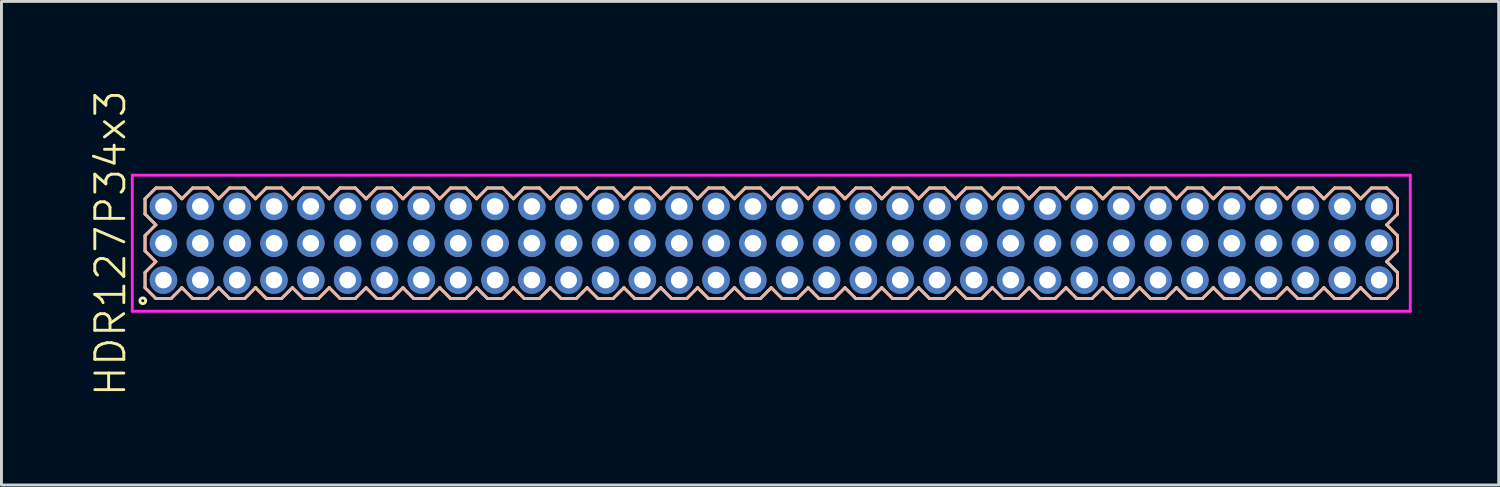
<source format=kicad_pcb>
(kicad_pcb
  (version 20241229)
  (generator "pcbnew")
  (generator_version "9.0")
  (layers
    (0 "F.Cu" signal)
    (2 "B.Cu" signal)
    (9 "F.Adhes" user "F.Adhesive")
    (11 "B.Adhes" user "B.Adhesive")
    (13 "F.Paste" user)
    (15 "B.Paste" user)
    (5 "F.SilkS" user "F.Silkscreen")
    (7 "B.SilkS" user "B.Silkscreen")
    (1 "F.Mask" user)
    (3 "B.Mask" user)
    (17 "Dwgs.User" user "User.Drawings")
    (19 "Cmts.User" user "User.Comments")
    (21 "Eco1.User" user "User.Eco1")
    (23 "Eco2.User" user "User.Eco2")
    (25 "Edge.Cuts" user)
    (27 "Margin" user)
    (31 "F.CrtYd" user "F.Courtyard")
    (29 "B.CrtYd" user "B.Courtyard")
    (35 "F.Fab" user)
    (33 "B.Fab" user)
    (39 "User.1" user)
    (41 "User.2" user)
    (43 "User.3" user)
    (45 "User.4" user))
  (footprint "HDR127P34x3"
    (layer "F.Cu")
    (at 23.541 5.336)
    (property "Reference" "HDR127P34x3" (at -22.78 0 90) (layer "F.SilkS") (effects (font (size 1 1) (thickness 0.1))))
    (attr through_hole)
    (fp_line (start -21.59 -1.533) (end -21.218 -1.905) (stroke (width 0.1) (type solid)) (layer "F.SilkS"))
    (fp_line (start -21.59 -1.007) (end -21.59 -1.533) (stroke (width 0.1) (type solid)) (layer "F.SilkS"))
    (fp_line (start -21.59 -0.263) (end -21.218 -0.635) (stroke (width 0.1) (type solid)) (layer "F.SilkS"))
    (fp_line (start -21.59 0.263) (end -21.59 -0.263) (stroke (width 0.1) (type solid)) (layer "F.SilkS"))
    (fp_line (start -21.59 1.007) (end -21.218 0.635) (stroke (width 0.1) (type solid)) (layer "F.SilkS"))
    (fp_line (start -21.59 1.533) (end -21.59 1.007) (stroke (width 0.1) (type solid)) (layer "F.SilkS"))
    (fp_line (start -21.218 -1.905) (end -20.692 -1.905) (stroke (width 0.1) (type solid)) (layer "F.SilkS"))
    (fp_line (start -21.218 -0.635) (end -21.59 -1.007) (stroke (width 0.1) (type solid)) (layer "F.SilkS"))
    (fp_line (start -21.218 0.635) (end -21.59 0.263) (stroke (width 0.1) (type solid)) (layer "F.SilkS"))
    (fp_line (start -21.218 1.905) (end -21.59 1.533) (stroke (width 0.1) (type solid)) (layer "F.SilkS"))
    (fp_line (start -20.692 -1.905) (end -20.32 -1.533) (stroke (width 0.1) (type solid)) (layer "F.SilkS"))
    (fp_line (start -20.692 1.905) (end -21.218 1.905) (stroke (width 0.1) (type solid)) (layer "F.SilkS"))
    (fp_line (start -20.32 -1.533) (end -19.948 -1.905) (stroke (width 0.1) (type solid)) (layer "F.SilkS"))
    (fp_line (start -20.32 1.533) (end -20.692 1.905) (stroke (width 0.1) (type solid)) (layer "F.SilkS"))
    (fp_line (start -19.948 -1.905) (end -19.422 -1.905) (stroke (width 0.1) (type solid)) (layer "F.SilkS"))
    (fp_line (start -19.948 1.905) (end -20.32 1.533) (stroke (width 0.1) (type solid)) (layer "F.SilkS"))
    (fp_line (start -19.422 -1.905) (end -19.05 -1.533) (stroke (width 0.1) (type solid)) (layer "F.SilkS"))
    (fp_line (start -19.422 1.905) (end -19.948 1.905) (stroke (width 0.1) (type solid)) (layer "F.SilkS"))
    (fp_line (start -19.05 -1.533) (end -18.678 -1.905) (stroke (width 0.1) (type solid)) (layer "F.SilkS"))
    (fp_line (start -19.05 1.533) (end -19.422 1.905) (stroke (width 0.1) (type solid)) (layer "F.SilkS"))
    (fp_line (start -18.678 -1.905) (end -18.152 -1.905) (stroke (width 0.1) (type solid)) (layer "F.SilkS"))
    (fp_line (start -18.678 1.905) (end -19.05 1.533) (stroke (width 0.1) (type solid)) (layer "F.SilkS"))
    (fp_line (start -18.152 -1.905) (end -17.78 -1.533) (stroke (width 0.1) (type solid)) (layer "F.SilkS"))
    (fp_line (start -18.152 1.905) (end -18.678 1.905) (stroke (width 0.1) (type solid)) (layer "F.SilkS"))
    (fp_line (start -17.78 -1.533) (end -17.408 -1.905) (stroke (width 0.1) (type solid)) (layer "F.SilkS"))
    (fp_line (start -17.78 1.533) (end -18.152 1.905) (stroke (width 0.1) (type solid)) (layer "F.SilkS"))
    (fp_line (start -17.408 -1.905) (end -16.882 -1.905) (stroke (width 0.1) (type solid)) (layer "F.SilkS"))
    (fp_line (start -17.408 1.905) (end -17.78 1.533) (stroke (width 0.1) (type solid)) (layer "F.SilkS"))
    (fp_line (start -16.882 -1.905) (end -16.51 -1.533) (stroke (width 0.1) (type solid)) (layer "F.SilkS"))
    (fp_line (start -16.882 1.905) (end -17.408 1.905) (stroke (width 0.1) (type solid)) (layer "F.SilkS"))
    (fp_line (start -16.51 -1.533) (end -16.138 -1.905) (stroke (width 0.1) (type solid)) (layer "F.SilkS"))
    (fp_line (start -16.51 1.533) (end -16.882 1.905) (stroke (width 0.1) (type solid)) (layer "F.SilkS"))
    (fp_line (start -16.138 -1.905) (end -15.612 -1.905) (stroke (width 0.1) (type solid)) (layer "F.SilkS"))
    (fp_line (start -16.138 1.905) (end -16.51 1.533) (stroke (width 0.1) (type solid)) (layer "F.SilkS"))
    (fp_line (start -15.612 -1.905) (end -15.24 -1.533) (stroke (width 0.1) (type solid)) (layer "F.SilkS"))
    (fp_line (start -15.612 1.905) (end -16.138 1.905) (stroke (width 0.1) (type solid)) (layer "F.SilkS"))
    (fp_line (start -15.24 -1.533) (end -14.868 -1.905) (stroke (width 0.1) (type solid)) (layer "F.SilkS"))
    (fp_line (start -15.24 1.533) (end -15.612 1.905) (stroke (width 0.1) (type solid)) (layer "F.SilkS"))
    (fp_line (start -14.868 -1.905) (end -14.342 -1.905) (stroke (width 0.1) (type solid)) (layer "F.SilkS"))
    (fp_line (start -14.868 1.905) (end -15.24 1.533) (stroke (width 0.1) (type solid)) (layer "F.SilkS"))
    (fp_line (start -14.342 -1.905) (end -13.97 -1.533) (stroke (width 0.1) (type solid)) (layer "F.SilkS"))
    (fp_line (start -14.342 1.905) (end -14.868 1.905) (stroke (width 0.1) (type solid)) (layer "F.SilkS"))
    (fp_line (start -13.97 -1.533) (end -13.598 -1.905) (stroke (width 0.1) (type solid)) (layer "F.SilkS"))
    (fp_line (start -13.97 1.533) (end -14.342 1.905) (stroke (width 0.1) (type solid)) (layer "F.SilkS"))
    (fp_line (start -13.598 -1.905) (end -13.072 -1.905) (stroke (width 0.1) (type solid)) (layer "F.SilkS"))
    (fp_line (start -13.598 1.905) (end -13.97 1.533) (stroke (width 0.1) (type solid)) (layer "F.SilkS"))
    (fp_line (start -13.072 -1.905) (end -12.7 -1.533) (stroke (width 0.1) (type solid)) (layer "F.SilkS"))
    (fp_line (start -13.072 1.905) (end -13.598 1.905) (stroke (width 0.1) (type solid)) (layer "F.SilkS"))
    (fp_line (start -12.7 -1.533) (end -12.328 -1.905) (stroke (width 0.1) (type solid)) (layer "F.SilkS"))
    (fp_line (start -12.7 1.533) (end -13.072 1.905) (stroke (width 0.1) (type solid)) (layer "F.SilkS"))
    (fp_line (start -12.328 -1.905) (end -11.802 -1.905) (stroke (width 0.1) (type solid)) (layer "F.SilkS"))
    (fp_line (start -12.328 1.905) (end -12.7 1.533) (stroke (width 0.1) (type solid)) (layer "F.SilkS"))
    (fp_line (start -11.802 -1.905) (end -11.43 -1.533) (stroke (width 0.1) (type solid)) (layer "F.SilkS"))
    (fp_line (start -11.802 1.905) (end -12.328 1.905) (stroke (width 0.1) (type solid)) (layer "F.SilkS"))
    (fp_line (start -11.43 -1.533) (end -11.058 -1.905) (stroke (width 0.1) (type solid)) (layer "F.SilkS"))
    (fp_line (start -11.43 1.533) (end -11.802 1.905) (stroke (width 0.1) (type solid)) (layer "F.SilkS"))
    (fp_line (start -11.058 -1.905) (end -10.532 -1.905) (stroke (width 0.1) (type solid)) (layer "F.SilkS"))
    (fp_line (start -11.058 1.905) (end -11.43 1.533) (stroke (width 0.1) (type solid)) (layer "F.SilkS"))
    (fp_line (start -10.532 -1.905) (end -10.16 -1.533) (stroke (width 0.1) (type solid)) (layer "F.SilkS"))
    (fp_line (start -10.532 1.905) (end -11.058 1.905) (stroke (width 0.1) (type solid)) (layer "F.SilkS"))
    (fp_line (start -10.16 -1.533) (end -9.788 -1.905) (stroke (width 0.1) (type solid)) (layer "F.SilkS"))
    (fp_line (start -10.16 1.533) (end -10.532 1.905) (stroke (width 0.1) (type solid)) (layer "F.SilkS"))
    (fp_line (start -9.788 -1.905) (end -9.262 -1.905) (stroke (width 0.1) (type solid)) (layer "F.SilkS"))
    (fp_line (start -9.788 1.905) (end -10.16 1.533) (stroke (width 0.1) (type solid)) (layer "F.SilkS"))
    (fp_line (start -9.262 -1.905) (end -8.89 -1.533) (stroke (width 0.1) (type solid)) (layer "F.SilkS"))
    (fp_line (start -9.262 1.905) (end -9.788 1.905) (stroke (width 0.1) (type solid)) (layer "F.SilkS"))
    (fp_line (start -8.89 -1.533) (end -8.518 -1.905) (stroke (width 0.1) (type solid)) (layer "F.SilkS"))
    (fp_line (start -8.89 1.533) (end -9.262 1.905) (stroke (width 0.1) (type solid)) (layer "F.SilkS"))
    (fp_line (start -8.518 -1.905) (end -7.992 -1.905) (stroke (width 0.1) (type solid)) (layer "F.SilkS"))
    (fp_line (start -8.518 1.905) (end -8.89 1.533) (stroke (width 0.1) (type solid)) (layer "F.SilkS"))
    (fp_line (start -7.992 -1.905) (end -7.62 -1.533) (stroke (width 0.1) (type solid)) (layer "F.SilkS"))
    (fp_line (start -7.992 1.905) (end -8.518 1.905) (stroke (width 0.1) (type solid)) (layer "F.SilkS"))
    (fp_line (start -7.62 -1.533) (end -7.248 -1.905) (stroke (width 0.1) (type solid)) (layer "F.SilkS"))
    (fp_line (start -7.62 1.533) (end -7.992 1.905) (stroke (width 0.1) (type solid)) (layer "F.SilkS"))
    (fp_line (start -7.248 -1.905) (end -6.722 -1.905) (stroke (width 0.1) (type solid)) (layer "F.SilkS"))
    (fp_line (start -7.248 1.905) (end -7.62 1.533) (stroke (width 0.1) (type solid)) (layer "F.SilkS"))
    (fp_line (start -6.722 -1.905) (end -6.35 -1.533) (stroke (width 0.1) (type solid)) (layer "F.SilkS"))
    (fp_line (start -6.722 1.905) (end -7.248 1.905) (stroke (width 0.1) (type solid)) (layer "F.SilkS"))
    (fp_line (start -6.35 -1.533) (end -5.978 -1.905) (stroke (width 0.1) (type solid)) (layer "F.SilkS"))
    (fp_line (start -6.35 1.533) (end -6.722 1.905) (stroke (width 0.1) (type solid)) (layer "F.SilkS"))
    (fp_line (start -5.978 -1.905) (end -5.452 -1.905) (stroke (width 0.1) (type solid)) (layer "F.SilkS"))
    (fp_line (start -5.978 1.905) (end -6.35 1.533) (stroke (width 0.1) (type solid)) (layer "F.SilkS"))
    (fp_line (start -5.452 -1.905) (end -5.08 -1.533) (stroke (width 0.1) (type solid)) (layer "F.SilkS"))
    (fp_line (start -5.452 1.905) (end -5.978 1.905) (stroke (width 0.1) (type solid)) (layer "F.SilkS"))
    (fp_line (start -5.08 -1.533) (end -4.708 -1.905) (stroke (width 0.1) (type solid)) (layer "F.SilkS"))
    (fp_line (start -5.08 1.533) (end -5.452 1.905) (stroke (width 0.1) (type solid)) (layer "F.SilkS"))
    (fp_line (start -4.708 -1.905) (end -4.182 -1.905) (stroke (width 0.1) (type solid)) (layer "F.SilkS"))
    (fp_line (start -4.708 1.905) (end -5.08 1.533) (stroke (width 0.1) (type solid)) (layer "F.SilkS"))
    (fp_line (start -4.182 -1.905) (end -3.81 -1.533) (stroke (width 0.1) (type solid)) (layer "F.SilkS"))
    (fp_line (start -4.182 1.905) (end -4.708 1.905) (stroke (width 0.1) (type solid)) (layer "F.SilkS"))
    (fp_line (start -3.81 -1.533) (end -3.438 -1.905) (stroke (width 0.1) (type solid)) (layer "F.SilkS"))
    (fp_line (start -3.81 1.533) (end -4.182 1.905) (stroke (width 0.1) (type solid)) (layer "F.SilkS"))
    (fp_line (start -3.438 -1.905) (end -2.912 -1.905) (stroke (width 0.1) (type solid)) (layer "F.SilkS"))
    (fp_line (start -3.438 1.905) (end -3.81 1.533) (stroke (width 0.1) (type solid)) (layer "F.SilkS"))
    (fp_line (start -2.912 -1.905) (end -2.54 -1.533) (stroke (width 0.1) (type solid)) (layer "F.SilkS"))
    (fp_line (start -2.912 1.905) (end -3.438 1.905) (stroke (width 0.1) (type solid)) (layer "F.SilkS"))
    (fp_line (start -2.54 -1.533) (end -2.168 -1.905) (stroke (width 0.1) (type solid)) (layer "F.SilkS"))
    (fp_line (start -2.54 1.533) (end -2.912 1.905) (stroke (width 0.1) (type solid)) (layer "F.SilkS"))
    (fp_line (start -2.168 -1.905) (end -1.642 -1.905) (stroke (width 0.1) (type solid)) (layer "F.SilkS"))
    (fp_line (start -2.168 1.905) (end -2.54 1.533) (stroke (width 0.1) (type solid)) (layer "F.SilkS"))
    (fp_line (start -1.642 -1.905) (end -1.27 -1.533) (stroke (width 0.1) (type solid)) (layer "F.SilkS"))
    (fp_line (start -1.642 1.905) (end -2.168 1.905) (stroke (width 0.1) (type solid)) (layer "F.SilkS"))
    (fp_line (start -1.27 -1.533) (end -0.898 -1.905) (stroke (width 0.1) (type solid)) (layer "F.SilkS"))
    (fp_line (start -1.27 1.533) (end -1.642 1.905) (stroke (width 0.1) (type solid)) (layer "F.SilkS"))
    (fp_line (start -0.898 -1.905) (end -0.372 -1.905) (stroke (width 0.1) (type solid)) (layer "F.SilkS"))
    (fp_line (start -0.898 1.905) (end -1.27 1.533) (stroke (width 0.1) (type solid)) (layer "F.SilkS"))
    (fp_line (start -0.372 -1.905) (end 0 -1.533) (stroke (width 0.1) (type solid)) (layer "F.SilkS"))
    (fp_line (start -0.372 1.905) (end -0.898 1.905) (stroke (width 0.1) (type solid)) (layer "F.SilkS"))
    (fp_line (start 0 -1.533) (end 0.372 -1.905) (stroke (width 0.1) (type solid)) (layer "F.SilkS"))
    (fp_line (start 0 1.533) (end -0.372 1.905) (stroke (width 0.1) (type solid)) (layer "F.SilkS"))
    (fp_line (start 0.372 -1.905) (end 0.898 -1.905) (stroke (width 0.1) (type solid)) (layer "F.SilkS"))
    (fp_line (start 0.372 1.905) (end 0 1.533) (stroke (width 0.1) (type solid)) (layer "F.SilkS"))
    (fp_line (start 0.898 -1.905) (end 1.27 -1.533) (stroke (width 0.1) (type solid)) (layer "F.SilkS"))
    (fp_line (start 0.898 1.905) (end 0.372 1.905) (stroke (width 0.1) (type solid)) (layer "F.SilkS"))
    (fp_line (start 1.27 -1.533) (end 1.642 -1.905) (stroke (width 0.1) (type solid)) (layer "F.SilkS"))
    (fp_line (start 1.27 1.533) (end 0.898 1.905) (stroke (width 0.1) (type solid)) (layer "F.SilkS"))
    (fp_line (start 1.642 -1.905) (end 2.168 -1.905) (stroke (width 0.1) (type solid)) (layer "F.SilkS"))
    (fp_line (start 1.642 1.905) (end 1.27 1.533) (stroke (width 0.1) (type solid)) (layer "F.SilkS"))
    (fp_line (start 2.168 -1.905) (end 2.54 -1.533) (stroke (width 0.1) (type solid)) (layer "F.SilkS"))
    (fp_line (start 2.168 1.905) (end 1.642 1.905) (stroke (width 0.1) (type solid)) (layer "F.SilkS"))
    (fp_line (start 2.54 -1.533) (end 2.912 -1.905) (stroke (width 0.1) (type solid)) (layer "F.SilkS"))
    (fp_line (start 2.54 1.533) (end 2.168 1.905) (stroke (width 0.1) (type solid)) (layer "F.SilkS"))
    (fp_line (start 2.912 -1.905) (end 3.438 -1.905) (stroke (width 0.1) (type solid)) (layer "F.SilkS"))
    (fp_line (start 2.912 1.905) (end 2.54 1.533) (stroke (width 0.1) (type solid)) (layer "F.SilkS"))
    (fp_line (start 3.438 -1.905) (end 3.81 -1.533) (stroke (width 0.1) (type solid)) (layer "F.SilkS"))
    (fp_line (start 3.438 1.905) (end 2.912 1.905) (stroke (width 0.1) (type solid)) (layer "F.SilkS"))
    (fp_line (start 3.81 -1.533) (end 4.182 -1.905) (stroke (width 0.1) (type solid)) (layer "F.SilkS"))
    (fp_line (start 3.81 1.533) (end 3.438 1.905) (stroke (width 0.1) (type solid)) (layer "F.SilkS"))
    (fp_line (start 4.182 -1.905) (end 4.708 -1.905) (stroke (width 0.1) (type solid)) (layer "F.SilkS"))
    (fp_line (start 4.182 1.905) (end 3.81 1.533) (stroke (width 0.1) (type solid)) (layer "F.SilkS"))
    (fp_line (start 4.708 -1.905) (end 5.08 -1.533) (stroke (width 0.1) (type solid)) (layer "F.SilkS"))
    (fp_line (start 4.708 1.905) (end 4.182 1.905) (stroke (width 0.1) (type solid)) (layer "F.SilkS"))
    (fp_line (start 5.08 -1.533) (end 5.452 -1.905) (stroke (width 0.1) (type solid)) (layer "F.SilkS"))
    (fp_line (start 5.08 1.533) (end 4.708 1.905) (stroke (width 0.1) (type solid)) (layer "F.SilkS"))
    (fp_line (start 5.452 -1.905) (end 5.978 -1.905) (stroke (width 0.1) (type solid)) (layer "F.SilkS"))
    (fp_line (start 5.452 1.905) (end 5.08 1.533) (stroke (width 0.1) (type solid)) (layer "F.SilkS"))
    (fp_line (start 5.978 -1.905) (end 6.35 -1.533) (stroke (width 0.1) (type solid)) (layer "F.SilkS"))
    (fp_line (start 5.978 1.905) (end 5.452 1.905) (stroke (width 0.1) (type solid)) (layer "F.SilkS"))
    (fp_line (start 6.35 -1.533) (end 6.722 -1.905) (stroke (width 0.1) (type solid)) (layer "F.SilkS"))
    (fp_line (start 6.35 1.533) (end 5.978 1.905) (stroke (width 0.1) (type solid)) (layer "F.SilkS"))
    (fp_line (start 6.722 -1.905) (end 7.248 -1.905) (stroke (width 0.1) (type solid)) (layer "F.SilkS"))
    (fp_line (start 6.722 1.905) (end 6.35 1.533) (stroke (width 0.1) (type solid)) (layer "F.SilkS"))
    (fp_line (start 7.248 -1.905) (end 7.62 -1.533) (stroke (width 0.1) (type solid)) (layer "F.SilkS"))
    (fp_line (start 7.248 1.905) (end 6.722 1.905) (stroke (width 0.1) (type solid)) (layer "F.SilkS"))
    (fp_line (start 7.62 -1.533) (end 7.992 -1.905) (stroke (width 0.1) (type solid)) (layer "F.SilkS"))
    (fp_line (start 7.62 1.533) (end 7.248 1.905) (stroke (width 0.1) (type solid)) (layer "F.SilkS"))
    (fp_line (start 7.992 -1.905) (end 8.518 -1.905) (stroke (width 0.1) (type solid)) (layer "F.SilkS"))
    (fp_line (start 7.992 1.905) (end 7.62 1.533) (stroke (width 0.1) (type solid)) (layer "F.SilkS"))
    (fp_line (start 8.518 -1.905) (end 8.89 -1.533) (stroke (width 0.1) (type solid)) (layer "F.SilkS"))
    (fp_line (start 8.518 1.905) (end 7.992 1.905) (stroke (width 0.1) (type solid)) (layer "F.SilkS"))
    (fp_line (start 8.89 -1.533) (end 9.262 -1.905) (stroke (width 0.1) (type solid)) (layer "F.SilkS"))
    (fp_line (start 8.89 1.533) (end 8.518 1.905) (stroke (width 0.1) (type solid)) (layer "F.SilkS"))
    (fp_line (start 9.262 -1.905) (end 9.788 -1.905) (stroke (width 0.1) (type solid)) (layer "F.SilkS"))
    (fp_line (start 9.262 1.905) (end 8.89 1.533) (stroke (width 0.1) (type solid)) (layer "F.SilkS"))
    (fp_line (start 9.788 -1.905) (end 10.16 -1.533) (stroke (width 0.1) (type solid)) (layer "F.SilkS"))
    (fp_line (start 9.788 1.905) (end 9.262 1.905) (stroke (width 0.1) (type solid)) (layer "F.SilkS"))
    (fp_line (start 10.16 -1.533) (end 10.532 -1.905) (stroke (width 0.1) (type solid)) (layer "F.SilkS"))
    (fp_line (start 10.16 1.533) (end 9.788 1.905) (stroke (width 0.1) (type solid)) (layer "F.SilkS"))
    (fp_line (start 10.532 -1.905) (end 11.058 -1.905) (stroke (width 0.1) (type solid)) (layer "F.SilkS"))
    (fp_line (start 10.532 1.905) (end 10.16 1.533) (stroke (width 0.1) (type solid)) (layer "F.SilkS"))
    (fp_line (start 11.058 -1.905) (end 11.43 -1.533) (stroke (width 0.1) (type solid)) (layer "F.SilkS"))
    (fp_line (start 11.058 1.905) (end 10.532 1.905) (stroke (width 0.1) (type solid)) (layer "F.SilkS"))
    (fp_line (start 11.43 -1.533) (end 11.802 -1.905) (stroke (width 0.1) (type solid)) (layer "F.SilkS"))
    (fp_line (start 11.43 1.533) (end 11.058 1.905) (stroke (width 0.1) (type solid)) (layer "F.SilkS"))
    (fp_line (start 11.802 -1.905) (end 12.328 -1.905) (stroke (width 0.1) (type solid)) (layer "F.SilkS"))
    (fp_line (start 11.802 1.905) (end 11.43 1.533) (stroke (width 0.1) (type solid)) (layer "F.SilkS"))
    (fp_line (start 12.328 -1.905) (end 12.7 -1.533) (stroke (width 0.1) (type solid)) (layer "F.SilkS"))
    (fp_line (start 12.328 1.905) (end 11.802 1.905) (stroke (width 0.1) (type solid)) (layer "F.SilkS"))
    (fp_line (start 12.7 -1.533) (end 13.072 -1.905) (stroke (width 0.1) (type solid)) (layer "F.SilkS"))
    (fp_line (start 12.7 1.533) (end 12.328 1.905) (stroke (width 0.1) (type solid)) (layer "F.SilkS"))
    (fp_line (start 13.072 -1.905) (end 13.598 -1.905) (stroke (width 0.1) (type solid)) (layer "F.SilkS"))
    (fp_line (start 13.072 1.905) (end 12.7 1.533) (stroke (width 0.1) (type solid)) (layer "F.SilkS"))
    (fp_line (start 13.598 -1.905) (end 13.97 -1.533) (stroke (width 0.1) (type solid)) (layer "F.SilkS"))
    (fp_line (start 13.598 1.905) (end 13.072 1.905) (stroke (width 0.1) (type solid)) (layer "F.SilkS"))
    (fp_line (start 13.97 -1.533) (end 14.342 -1.905) (stroke (width 0.1) (type solid)) (layer "F.SilkS"))
    (fp_line (start 13.97 1.533) (end 13.598 1.905) (stroke (width 0.1) (type solid)) (layer "F.SilkS"))
    (fp_line (start 14.342 -1.905) (end 14.868 -1.905) (stroke (width 0.1) (type solid)) (layer "F.SilkS"))
    (fp_line (start 14.342 1.905) (end 13.97 1.533) (stroke (width 0.1) (type solid)) (layer "F.SilkS"))
    (fp_line (start 14.868 -1.905) (end 15.24 -1.533) (stroke (width 0.1) (type solid)) (layer "F.SilkS"))
    (fp_line (start 14.868 1.905) (end 14.342 1.905) (stroke (width 0.1) (type solid)) (layer "F.SilkS"))
    (fp_line (start 15.24 -1.533) (end 15.612 -1.905) (stroke (width 0.1) (type solid)) (layer "F.SilkS"))
    (fp_line (start 15.24 1.533) (end 14.868 1.905) (stroke (width 0.1) (type solid)) (layer "F.SilkS"))
    (fp_line (start 15.612 -1.905) (end 16.138 -1.905) (stroke (width 0.1) (type solid)) (layer "F.SilkS"))
    (fp_line (start 15.612 1.905) (end 15.24 1.533) (stroke (width 0.1) (type solid)) (layer "F.SilkS"))
    (fp_line (start 16.138 -1.905) (end 16.51 -1.533) (stroke (width 0.1) (type solid)) (layer "F.SilkS"))
    (fp_line (start 16.138 1.905) (end 15.612 1.905) (stroke (width 0.1) (type solid)) (layer "F.SilkS"))
    (fp_line (start 16.51 -1.533) (end 16.882 -1.905) (stroke (width 0.1) (type solid)) (layer "F.SilkS"))
    (fp_line (start 16.51 1.533) (end 16.138 1.905) (stroke (width 0.1) (type solid)) (layer "F.SilkS"))
    (fp_line (start 16.882 -1.905) (end 17.408 -1.905) (stroke (width 0.1) (type solid)) (layer "F.SilkS"))
    (fp_line (start 16.882 1.905) (end 16.51 1.533) (stroke (width 0.1) (type solid)) (layer "F.SilkS"))
    (fp_line (start 17.408 -1.905) (end 17.78 -1.533) (stroke (width 0.1) (type solid)) (layer "F.SilkS"))
    (fp_line (start 17.408 1.905) (end 16.882 1.905) (stroke (width 0.1) (type solid)) (layer "F.SilkS"))
    (fp_line (start 17.78 -1.533) (end 18.152 -1.905) (stroke (width 0.1) (type solid)) (layer "F.SilkS"))
    (fp_line (start 17.78 1.533) (end 17.408 1.905) (stroke (width 0.1) (type solid)) (layer "F.SilkS"))
    (fp_line (start 18.152 -1.905) (end 18.678 -1.905) (stroke (width 0.1) (type solid)) (layer "F.SilkS"))
    (fp_line (start 18.152 1.905) (end 17.78 1.533) (stroke (width 0.1) (type solid)) (layer "F.SilkS"))
    (fp_line (start 18.678 -1.905) (end 19.05 -1.533) (stroke (width 0.1) (type solid)) (layer "F.SilkS"))
    (fp_line (start 18.678 1.905) (end 18.152 1.905) (stroke (width 0.1) (type solid)) (layer "F.SilkS"))
    (fp_line (start 19.05 -1.533) (end 19.422 -1.905) (stroke (width 0.1) (type solid)) (layer "F.SilkS"))
    (fp_line (start 19.05 1.533) (end 18.678 1.905) (stroke (width 0.1) (type solid)) (layer "F.SilkS"))
    (fp_line (start 19.422 -1.905) (end 19.948 -1.905) (stroke (width 0.1) (type solid)) (layer "F.SilkS"))
    (fp_line (start 19.422 1.905) (end 19.05 1.533) (stroke (width 0.1) (type solid)) (layer "F.SilkS"))
    (fp_line (start 19.948 -1.905) (end 20.32 -1.533) (stroke (width 0.1) (type solid)) (layer "F.SilkS"))
    (fp_line (start 19.948 1.905) (end 19.422 1.905) (stroke (width 0.1) (type solid)) (layer "F.SilkS"))
    (fp_line (start 20.32 -1.533) (end 20.692 -1.905) (stroke (width 0.1) (type solid)) (layer "F.SilkS"))
    (fp_line (start 20.32 1.533) (end 19.948 1.905) (stroke (width 0.1) (type solid)) (layer "F.SilkS"))
    (fp_line (start 20.692 -1.905) (end 21.218 -1.905) (stroke (width 0.1) (type solid)) (layer "F.SilkS"))
    (fp_line (start 20.692 1.905) (end 20.32 1.533) (stroke (width 0.1) (type solid)) (layer "F.SilkS"))
    (fp_line (start 21.218 -1.905) (end 21.59 -1.533) (stroke (width 0.1) (type solid)) (layer "F.SilkS"))
    (fp_line (start 21.218 -0.635) (end 21.59 -0.263) (stroke (width 0.1) (type solid)) (layer "F.SilkS"))
    (fp_line (start 21.218 0.635) (end 21.59 1.007) (stroke (width 0.1) (type solid)) (layer "F.SilkS"))
    (fp_line (start 21.218 1.905) (end 20.692 1.905) (stroke (width 0.1) (type solid)) (layer "F.SilkS"))
    (fp_line (start 21.59 -1.533) (end 21.59 -1.007) (stroke (width 0.1) (type solid)) (layer "F.SilkS"))
    (fp_line (start 21.59 -1.007) (end 21.218 -0.635) (stroke (width 0.1) (type solid)) (layer "F.SilkS"))
    (fp_line (start 21.59 -0.263) (end 21.59 0.263) (stroke (width 0.1) (type solid)) (layer "F.SilkS"))
    (fp_line (start 21.59 0.263) (end 21.218 0.635) (stroke (width 0.1) (type solid)) (layer "F.SilkS"))
    (fp_line (start 21.59 1.007) (end 21.59 1.533) (stroke (width 0.1) (type solid)) (layer "F.SilkS"))
    (fp_line (start 21.59 1.533) (end 21.218 1.905) (stroke (width 0.1) (type solid)) (layer "F.SilkS"))
    (fp_circle (center -21.668 1.983) (end -21.568 1.983) (stroke (width 0.1) (type solid)) (fill no) (layer "F.SilkS"))
    (fp_line (start -21.59 -1.533) (end -21.218 -1.905) (stroke (width 0.1) (type solid)) (layer "B.SilkS"))
    (fp_line (start -21.59 -1.007) (end -21.59 -1.533) (stroke (width 0.1) (type solid)) (layer "B.SilkS"))
    (fp_line (start -21.59 -0.263) (end -21.218 -0.635) (stroke (width 0.1) (type solid)) (layer "B.SilkS"))
    (fp_line (start -21.59 0.263) (end -21.59 -0.263) (stroke (width 0.1) (type solid)) (layer "B.SilkS"))
    (fp_line (start -21.59 1.007) (end -21.218 0.635) (stroke (width 0.1) (type solid)) (layer "B.SilkS"))
    (fp_line (start -21.59 1.533) (end -21.59 1.007) (stroke (width 0.1) (type solid)) (layer "B.SilkS"))
    (fp_line (start -21.218 -1.905) (end -20.692 -1.905) (stroke (width 0.1) (type solid)) (layer "B.SilkS"))
    (fp_line (start -21.218 -0.635) (end -21.59 -1.007) (stroke (width 0.1) (type solid)) (layer "B.SilkS"))
    (fp_line (start -21.218 0.635) (end -21.59 0.263) (stroke (width 0.1) (type solid)) (layer "B.SilkS"))
    (fp_line (start -21.218 1.905) (end -21.59 1.533) (stroke (width 0.1) (type solid)) (layer "B.SilkS"))
    (fp_line (start -20.692 -1.905) (end -20.32 -1.533) (stroke (width 0.1) (type solid)) (layer "B.SilkS"))
    (fp_line (start -20.692 1.905) (end -21.218 1.905) (stroke (width 0.1) (type solid)) (layer "B.SilkS"))
    (fp_line (start -20.32 -1.533) (end -19.948 -1.905) (stroke (width 0.1) (type solid)) (layer "B.SilkS"))
    (fp_line (start -20.32 1.533) (end -20.692 1.905) (stroke (width 0.1) (type solid)) (layer "B.SilkS"))
    (fp_line (start -19.948 -1.905) (end -19.422 -1.905) (stroke (width 0.1) (type solid)) (layer "B.SilkS"))
    (fp_line (start -19.948 1.905) (end -20.32 1.533) (stroke (width 0.1) (type solid)) (layer "B.SilkS"))
    (fp_line (start -19.422 -1.905) (end -19.05 -1.533) (stroke (width 0.1) (type solid)) (layer "B.SilkS"))
    (fp_line (start -19.422 1.905) (end -19.948 1.905) (stroke (width 0.1) (type solid)) (layer "B.SilkS"))
    (fp_line (start -19.05 -1.533) (end -18.678 -1.905) (stroke (width 0.1) (type solid)) (layer "B.SilkS"))
    (fp_line (start -19.05 1.533) (end -19.422 1.905) (stroke (width 0.1) (type solid)) (layer "B.SilkS"))
    (fp_line (start -18.678 -1.905) (end -18.152 -1.905) (stroke (width 0.1) (type solid)) (layer "B.SilkS"))
    (fp_line (start -18.678 1.905) (end -19.05 1.533) (stroke (width 0.1) (type solid)) (layer "B.SilkS"))
    (fp_line (start -18.152 -1.905) (end -17.78 -1.533) (stroke (width 0.1) (type solid)) (layer "B.SilkS"))
    (fp_line (start -18.152 1.905) (end -18.678 1.905) (stroke (width 0.1) (type solid)) (layer "B.SilkS"))
    (fp_line (start -17.78 -1.533) (end -17.408 -1.905) (stroke (width 0.1) (type solid)) (layer "B.SilkS"))
    (fp_line (start -17.78 1.533) (end -18.152 1.905) (stroke (width 0.1) (type solid)) (layer "B.SilkS"))
    (fp_line (start -17.408 -1.905) (end -16.882 -1.905) (stroke (width 0.1) (type solid)) (layer "B.SilkS"))
    (fp_line (start -17.408 1.905) (end -17.78 1.533) (stroke (width 0.1) (type solid)) (layer "B.SilkS"))
    (fp_line (start -16.882 -1.905) (end -16.51 -1.533) (stroke (width 0.1) (type solid)) (layer "B.SilkS"))
    (fp_line (start -16.882 1.905) (end -17.408 1.905) (stroke (width 0.1) (type solid)) (layer "B.SilkS"))
    (fp_line (start -16.51 -1.533) (end -16.138 -1.905) (stroke (width 0.1) (type solid)) (layer "B.SilkS"))
    (fp_line (start -16.51 1.533) (end -16.882 1.905) (stroke (width 0.1) (type solid)) (layer "B.SilkS"))
    (fp_line (start -16.138 -1.905) (end -15.612 -1.905) (stroke (width 0.1) (type solid)) (layer "B.SilkS"))
    (fp_line (start -16.138 1.905) (end -16.51 1.533) (stroke (width 0.1) (type solid)) (layer "B.SilkS"))
    (fp_line (start -15.612 -1.905) (end -15.24 -1.533) (stroke (width 0.1) (type solid)) (layer "B.SilkS"))
    (fp_line (start -15.612 1.905) (end -16.138 1.905) (stroke (width 0.1) (type solid)) (layer "B.SilkS"))
    (fp_line (start -15.24 -1.533) (end -14.868 -1.905) (stroke (width 0.1) (type solid)) (layer "B.SilkS"))
    (fp_line (start -15.24 1.533) (end -15.612 1.905) (stroke (width 0.1) (type solid)) (layer "B.SilkS"))
    (fp_line (start -14.868 -1.905) (end -14.342 -1.905) (stroke (width 0.1) (type solid)) (layer "B.SilkS"))
    (fp_line (start -14.868 1.905) (end -15.24 1.533) (stroke (width 0.1) (type solid)) (layer "B.SilkS"))
    (fp_line (start -14.342 -1.905) (end -13.97 -1.533) (stroke (width 0.1) (type solid)) (layer "B.SilkS"))
    (fp_line (start -14.342 1.905) (end -14.868 1.905) (stroke (width 0.1) (type solid)) (layer "B.SilkS"))
    (fp_line (start -13.97 -1.533) (end -13.598 -1.905) (stroke (width 0.1) (type solid)) (layer "B.SilkS"))
    (fp_line (start -13.97 1.533) (end -14.342 1.905) (stroke (width 0.1) (type solid)) (layer "B.SilkS"))
    (fp_line (start -13.598 -1.905) (end -13.072 -1.905) (stroke (width 0.1) (type solid)) (layer "B.SilkS"))
    (fp_line (start -13.598 1.905) (end -13.97 1.533) (stroke (width 0.1) (type solid)) (layer "B.SilkS"))
    (fp_line (start -13.072 -1.905) (end -12.7 -1.533) (stroke (width 0.1) (type solid)) (layer "B.SilkS"))
    (fp_line (start -13.072 1.905) (end -13.598 1.905) (stroke (width 0.1) (type solid)) (layer "B.SilkS"))
    (fp_line (start -12.7 -1.533) (end -12.328 -1.905) (stroke (width 0.1) (type solid)) (layer "B.SilkS"))
    (fp_line (start -12.7 1.533) (end -13.072 1.905) (stroke (width 0.1) (type solid)) (layer "B.SilkS"))
    (fp_line (start -12.328 -1.905) (end -11.802 -1.905) (stroke (width 0.1) (type solid)) (layer "B.SilkS"))
    (fp_line (start -12.328 1.905) (end -12.7 1.533) (stroke (width 0.1) (type solid)) (layer "B.SilkS"))
    (fp_line (start -11.802 -1.905) (end -11.43 -1.533) (stroke (width 0.1) (type solid)) (layer "B.SilkS"))
    (fp_line (start -11.802 1.905) (end -12.328 1.905) (stroke (width 0.1) (type solid)) (layer "B.SilkS"))
    (fp_line (start -11.43 -1.533) (end -11.058 -1.905) (stroke (width 0.1) (type solid)) (layer "B.SilkS"))
    (fp_line (start -11.43 1.533) (end -11.802 1.905) (stroke (width 0.1) (type solid)) (layer "B.SilkS"))
    (fp_line (start -11.058 -1.905) (end -10.532 -1.905) (stroke (width 0.1) (type solid)) (layer "B.SilkS"))
    (fp_line (start -11.058 1.905) (end -11.43 1.533) (stroke (width 0.1) (type solid)) (layer "B.SilkS"))
    (fp_line (start -10.532 -1.905) (end -10.16 -1.533) (stroke (width 0.1) (type solid)) (layer "B.SilkS"))
    (fp_line (start -10.532 1.905) (end -11.058 1.905) (stroke (width 0.1) (type solid)) (layer "B.SilkS"))
    (fp_line (start -10.16 -1.533) (end -9.788 -1.905) (stroke (width 0.1) (type solid)) (layer "B.SilkS"))
    (fp_line (start -10.16 1.533) (end -10.532 1.905) (stroke (width 0.1) (type solid)) (layer "B.SilkS"))
    (fp_line (start -9.788 -1.905) (end -9.262 -1.905) (stroke (width 0.1) (type solid)) (layer "B.SilkS"))
    (fp_line (start -9.788 1.905) (end -10.16 1.533) (stroke (width 0.1) (type solid)) (layer "B.SilkS"))
    (fp_line (start -9.262 -1.905) (end -8.89 -1.533) (stroke (width 0.1) (type solid)) (layer "B.SilkS"))
    (fp_line (start -9.262 1.905) (end -9.788 1.905) (stroke (width 0.1) (type solid)) (layer "B.SilkS"))
    (fp_line (start -8.89 -1.533) (end -8.518 -1.905) (stroke (width 0.1) (type solid)) (layer "B.SilkS"))
    (fp_line (start -8.89 1.533) (end -9.262 1.905) (stroke (width 0.1) (type solid)) (layer "B.SilkS"))
    (fp_line (start -8.518 -1.905) (end -7.992 -1.905) (stroke (width 0.1) (type solid)) (layer "B.SilkS"))
    (fp_line (start -8.518 1.905) (end -8.89 1.533) (stroke (width 0.1) (type solid)) (layer "B.SilkS"))
    (fp_line (start -7.992 -1.905) (end -7.62 -1.533) (stroke (width 0.1) (type solid)) (layer "B.SilkS"))
    (fp_line (start -7.992 1.905) (end -8.518 1.905) (stroke (width 0.1) (type solid)) (layer "B.SilkS"))
    (fp_line (start -7.62 -1.533) (end -7.248 -1.905) (stroke (width 0.1) (type solid)) (layer "B.SilkS"))
    (fp_line (start -7.62 1.533) (end -7.992 1.905) (stroke (width 0.1) (type solid)) (layer "B.SilkS"))
    (fp_line (start -7.248 -1.905) (end -6.722 -1.905) (stroke (width 0.1) (type solid)) (layer "B.SilkS"))
    (fp_line (start -7.248 1.905) (end -7.62 1.533) (stroke (width 0.1) (type solid)) (layer "B.SilkS"))
    (fp_line (start -6.722 -1.905) (end -6.35 -1.533) (stroke (width 0.1) (type solid)) (layer "B.SilkS"))
    (fp_line (start -6.722 1.905) (end -7.248 1.905) (stroke (width 0.1) (type solid)) (layer "B.SilkS"))
    (fp_line (start -6.35 -1.533) (end -5.978 -1.905) (stroke (width 0.1) (type solid)) (layer "B.SilkS"))
    (fp_line (start -6.35 1.533) (end -6.722 1.905) (stroke (width 0.1) (type solid)) (layer "B.SilkS"))
    (fp_line (start -5.978 -1.905) (end -5.452 -1.905) (stroke (width 0.1) (type solid)) (layer "B.SilkS"))
    (fp_line (start -5.978 1.905) (end -6.35 1.533) (stroke (width 0.1) (type solid)) (layer "B.SilkS"))
    (fp_line (start -5.452 -1.905) (end -5.08 -1.533) (stroke (width 0.1) (type solid)) (layer "B.SilkS"))
    (fp_line (start -5.452 1.905) (end -5.978 1.905) (stroke (width 0.1) (type solid)) (layer "B.SilkS"))
    (fp_line (start -5.08 -1.533) (end -4.708 -1.905) (stroke (width 0.1) (type solid)) (layer "B.SilkS"))
    (fp_line (start -5.08 1.533) (end -5.452 1.905) (stroke (width 0.1) (type solid)) (layer "B.SilkS"))
    (fp_line (start -4.708 -1.905) (end -4.182 -1.905) (stroke (width 0.1) (type solid)) (layer "B.SilkS"))
    (fp_line (start -4.708 1.905) (end -5.08 1.533) (stroke (width 0.1) (type solid)) (layer "B.SilkS"))
    (fp_line (start -4.182 -1.905) (end -3.81 -1.533) (stroke (width 0.1) (type solid)) (layer "B.SilkS"))
    (fp_line (start -4.182 1.905) (end -4.708 1.905) (stroke (width 0.1) (type solid)) (layer "B.SilkS"))
    (fp_line (start -3.81 -1.533) (end -3.438 -1.905) (stroke (width 0.1) (type solid)) (layer "B.SilkS"))
    (fp_line (start -3.81 1.533) (end -4.182 1.905) (stroke (width 0.1) (type solid)) (layer "B.SilkS"))
    (fp_line (start -3.438 -1.905) (end -2.912 -1.905) (stroke (width 0.1) (type solid)) (layer "B.SilkS"))
    (fp_line (start -3.438 1.905) (end -3.81 1.533) (stroke (width 0.1) (type solid)) (layer "B.SilkS"))
    (fp_line (start -2.912 -1.905) (end -2.54 -1.533) (stroke (width 0.1) (type solid)) (layer "B.SilkS"))
    (fp_line (start -2.912 1.905) (end -3.438 1.905) (stroke (width 0.1) (type solid)) (layer "B.SilkS"))
    (fp_line (start -2.54 -1.533) (end -2.168 -1.905) (stroke (width 0.1) (type solid)) (layer "B.SilkS"))
    (fp_line (start -2.54 1.533) (end -2.912 1.905) (stroke (width 0.1) (type solid)) (layer "B.SilkS"))
    (fp_line (start -2.168 -1.905) (end -1.642 -1.905) (stroke (width 0.1) (type solid)) (layer "B.SilkS"))
    (fp_line (start -2.168 1.905) (end -2.54 1.533) (stroke (width 0.1) (type solid)) (layer "B.SilkS"))
    (fp_line (start -1.642 -1.905) (end -1.27 -1.533) (stroke (width 0.1) (type solid)) (layer "B.SilkS"))
    (fp_line (start -1.642 1.905) (end -2.168 1.905) (stroke (width 0.1) (type solid)) (layer "B.SilkS"))
    (fp_line (start -1.27 -1.533) (end -0.898 -1.905) (stroke (width 0.1) (type solid)) (layer "B.SilkS"))
    (fp_line (start -1.27 1.533) (end -1.642 1.905) (stroke (width 0.1) (type solid)) (layer "B.SilkS"))
    (fp_line (start -0.898 -1.905) (end -0.372 -1.905) (stroke (width 0.1) (type solid)) (layer "B.SilkS"))
    (fp_line (start -0.898 1.905) (end -1.27 1.533) (stroke (width 0.1) (type solid)) (layer "B.SilkS"))
    (fp_line (start -0.372 -1.905) (end 0 -1.533) (stroke (width 0.1) (type solid)) (layer "B.SilkS"))
    (fp_line (start -0.372 1.905) (end -0.898 1.905) (stroke (width 0.1) (type solid)) (layer "B.SilkS"))
    (fp_line (start 0 -1.533) (end 0.372 -1.905) (stroke (width 0.1) (type solid)) (layer "B.SilkS"))
    (fp_line (start 0 1.533) (end -0.372 1.905) (stroke (width 0.1) (type solid)) (layer "B.SilkS"))
    (fp_line (start 0.372 -1.905) (end 0.898 -1.905) (stroke (width 0.1) (type solid)) (layer "B.SilkS"))
    (fp_line (start 0.372 1.905) (end 0 1.533) (stroke (width 0.1) (type solid)) (layer "B.SilkS"))
    (fp_line (start 0.898 -1.905) (end 1.27 -1.533) (stroke (width 0.1) (type solid)) (layer "B.SilkS"))
    (fp_line (start 0.898 1.905) (end 0.372 1.905) (stroke (width 0.1) (type solid)) (layer "B.SilkS"))
    (fp_line (start 1.27 -1.533) (end 1.642 -1.905) (stroke (width 0.1) (type solid)) (layer "B.SilkS"))
    (fp_line (start 1.27 1.533) (end 0.898 1.905) (stroke (width 0.1) (type solid)) (layer "B.SilkS"))
    (fp_line (start 1.642 -1.905) (end 2.168 -1.905) (stroke (width 0.1) (type solid)) (layer "B.SilkS"))
    (fp_line (start 1.642 1.905) (end 1.27 1.533) (stroke (width 0.1) (type solid)) (layer "B.SilkS"))
    (fp_line (start 2.168 -1.905) (end 2.54 -1.533) (stroke (width 0.1) (type solid)) (layer "B.SilkS"))
    (fp_line (start 2.168 1.905) (end 1.642 1.905) (stroke (width 0.1) (type solid)) (layer "B.SilkS"))
    (fp_line (start 2.54 -1.533) (end 2.912 -1.905) (stroke (width 0.1) (type solid)) (layer "B.SilkS"))
    (fp_line (start 2.54 1.533) (end 2.168 1.905) (stroke (width 0.1) (type solid)) (layer "B.SilkS"))
    (fp_line (start 2.912 -1.905) (end 3.438 -1.905) (stroke (width 0.1) (type solid)) (layer "B.SilkS"))
    (fp_line (start 2.912 1.905) (end 2.54 1.533) (stroke (width 0.1) (type solid)) (layer "B.SilkS"))
    (fp_line (start 3.438 -1.905) (end 3.81 -1.533) (stroke (width 0.1) (type solid)) (layer "B.SilkS"))
    (fp_line (start 3.438 1.905) (end 2.912 1.905) (stroke (width 0.1) (type solid)) (layer "B.SilkS"))
    (fp_line (start 3.81 -1.533) (end 4.182 -1.905) (stroke (width 0.1) (type solid)) (layer "B.SilkS"))
    (fp_line (start 3.81 1.533) (end 3.438 1.905) (stroke (width 0.1) (type solid)) (layer "B.SilkS"))
    (fp_line (start 4.182 -1.905) (end 4.708 -1.905) (stroke (width 0.1) (type solid)) (layer "B.SilkS"))
    (fp_line (start 4.182 1.905) (end 3.81 1.533) (stroke (width 0.1) (type solid)) (layer "B.SilkS"))
    (fp_line (start 4.708 -1.905) (end 5.08 -1.533) (stroke (width 0.1) (type solid)) (layer "B.SilkS"))
    (fp_line (start 4.708 1.905) (end 4.182 1.905) (stroke (width 0.1) (type solid)) (layer "B.SilkS"))
    (fp_line (start 5.08 -1.533) (end 5.452 -1.905) (stroke (width 0.1) (type solid)) (layer "B.SilkS"))
    (fp_line (start 5.08 1.533) (end 4.708 1.905) (stroke (width 0.1) (type solid)) (layer "B.SilkS"))
    (fp_line (start 5.452 -1.905) (end 5.978 -1.905) (stroke (width 0.1) (type solid)) (layer "B.SilkS"))
    (fp_line (start 5.452 1.905) (end 5.08 1.533) (stroke (width 0.1) (type solid)) (layer "B.SilkS"))
    (fp_line (start 5.978 -1.905) (end 6.35 -1.533) (stroke (width 0.1) (type solid)) (layer "B.SilkS"))
    (fp_line (start 5.978 1.905) (end 5.452 1.905) (stroke (width 0.1) (type solid)) (layer "B.SilkS"))
    (fp_line (start 6.35 -1.533) (end 6.722 -1.905) (stroke (width 0.1) (type solid)) (layer "B.SilkS"))
    (fp_line (start 6.35 1.533) (end 5.978 1.905) (stroke (width 0.1) (type solid)) (layer "B.SilkS"))
    (fp_line (start 6.722 -1.905) (end 7.248 -1.905) (stroke (width 0.1) (type solid)) (layer "B.SilkS"))
    (fp_line (start 6.722 1.905) (end 6.35 1.533) (stroke (width 0.1) (type solid)) (layer "B.SilkS"))
    (fp_line (start 7.248 -1.905) (end 7.62 -1.533) (stroke (width 0.1) (type solid)) (layer "B.SilkS"))
    (fp_line (start 7.248 1.905) (end 6.722 1.905) (stroke (width 0.1) (type solid)) (layer "B.SilkS"))
    (fp_line (start 7.62 -1.533) (end 7.992 -1.905) (stroke (width 0.1) (type solid)) (layer "B.SilkS"))
    (fp_line (start 7.62 1.533) (end 7.248 1.905) (stroke (width 0.1) (type solid)) (layer "B.SilkS"))
    (fp_line (start 7.992 -1.905) (end 8.518 -1.905) (stroke (width 0.1) (type solid)) (layer "B.SilkS"))
    (fp_line (start 7.992 1.905) (end 7.62 1.533) (stroke (width 0.1) (type solid)) (layer "B.SilkS"))
    (fp_line (start 8.518 -1.905) (end 8.89 -1.533) (stroke (width 0.1) (type solid)) (layer "B.SilkS"))
    (fp_line (start 8.518 1.905) (end 7.992 1.905) (stroke (width 0.1) (type solid)) (layer "B.SilkS"))
    (fp_line (start 8.89 -1.533) (end 9.262 -1.905) (stroke (width 0.1) (type solid)) (layer "B.SilkS"))
    (fp_line (start 8.89 1.533) (end 8.518 1.905) (stroke (width 0.1) (type solid)) (layer "B.SilkS"))
    (fp_line (start 9.262 -1.905) (end 9.788 -1.905) (stroke (width 0.1) (type solid)) (layer "B.SilkS"))
    (fp_line (start 9.262 1.905) (end 8.89 1.533) (stroke (width 0.1) (type solid)) (layer "B.SilkS"))
    (fp_line (start 9.788 -1.905) (end 10.16 -1.533) (stroke (width 0.1) (type solid)) (layer "B.SilkS"))
    (fp_line (start 9.788 1.905) (end 9.262 1.905) (stroke (width 0.1) (type solid)) (layer "B.SilkS"))
    (fp_line (start 10.16 -1.533) (end 10.532 -1.905) (stroke (width 0.1) (type solid)) (layer "B.SilkS"))
    (fp_line (start 10.16 1.533) (end 9.788 1.905) (stroke (width 0.1) (type solid)) (layer "B.SilkS"))
    (fp_line (start 10.532 -1.905) (end 11.058 -1.905) (stroke (width 0.1) (type solid)) (layer "B.SilkS"))
    (fp_line (start 10.532 1.905) (end 10.16 1.533) (stroke (width 0.1) (type solid)) (layer "B.SilkS"))
    (fp_line (start 11.058 -1.905) (end 11.43 -1.533) (stroke (width 0.1) (type solid)) (layer "B.SilkS"))
    (fp_line (start 11.058 1.905) (end 10.532 1.905) (stroke (width 0.1) (type solid)) (layer "B.SilkS"))
    (fp_line (start 11.43 -1.533) (end 11.802 -1.905) (stroke (width 0.1) (type solid)) (layer "B.SilkS"))
    (fp_line (start 11.43 1.533) (end 11.058 1.905) (stroke (width 0.1) (type solid)) (layer "B.SilkS"))
    (fp_line (start 11.802 -1.905) (end 12.328 -1.905) (stroke (width 0.1) (type solid)) (layer "B.SilkS"))
    (fp_line (start 11.802 1.905) (end 11.43 1.533) (stroke (width 0.1) (type solid)) (layer "B.SilkS"))
    (fp_line (start 12.328 -1.905) (end 12.7 -1.533) (stroke (width 0.1) (type solid)) (layer "B.SilkS"))
    (fp_line (start 12.328 1.905) (end 11.802 1.905) (stroke (width 0.1) (type solid)) (layer "B.SilkS"))
    (fp_line (start 12.7 -1.533) (end 13.072 -1.905) (stroke (width 0.1) (type solid)) (layer "B.SilkS"))
    (fp_line (start 12.7 1.533) (end 12.328 1.905) (stroke (width 0.1) (type solid)) (layer "B.SilkS"))
    (fp_line (start 13.072 -1.905) (end 13.598 -1.905) (stroke (width 0.1) (type solid)) (layer "B.SilkS"))
    (fp_line (start 13.072 1.905) (end 12.7 1.533) (stroke (width 0.1) (type solid)) (layer "B.SilkS"))
    (fp_line (start 13.598 -1.905) (end 13.97 -1.533) (stroke (width 0.1) (type solid)) (layer "B.SilkS"))
    (fp_line (start 13.598 1.905) (end 13.072 1.905) (stroke (width 0.1) (type solid)) (layer "B.SilkS"))
    (fp_line (start 13.97 -1.533) (end 14.342 -1.905) (stroke (width 0.1) (type solid)) (layer "B.SilkS"))
    (fp_line (start 13.97 1.533) (end 13.598 1.905) (stroke (width 0.1) (type solid)) (layer "B.SilkS"))
    (fp_line (start 14.342 -1.905) (end 14.868 -1.905) (stroke (width 0.1) (type solid)) (layer "B.SilkS"))
    (fp_line (start 14.342 1.905) (end 13.97 1.533) (stroke (width 0.1) (type solid)) (layer "B.SilkS"))
    (fp_line (start 14.868 -1.905) (end 15.24 -1.533) (stroke (width 0.1) (type solid)) (layer "B.SilkS"))
    (fp_line (start 14.868 1.905) (end 14.342 1.905) (stroke (width 0.1) (type solid)) (layer "B.SilkS"))
    (fp_line (start 15.24 -1.533) (end 15.612 -1.905) (stroke (width 0.1) (type solid)) (layer "B.SilkS"))
    (fp_line (start 15.24 1.533) (end 14.868 1.905) (stroke (width 0.1) (type solid)) (layer "B.SilkS"))
    (fp_line (start 15.612 -1.905) (end 16.138 -1.905) (stroke (width 0.1) (type solid)) (layer "B.SilkS"))
    (fp_line (start 15.612 1.905) (end 15.24 1.533) (stroke (width 0.1) (type solid)) (layer "B.SilkS"))
    (fp_line (start 16.138 -1.905) (end 16.51 -1.533) (stroke (width 0.1) (type solid)) (layer "B.SilkS"))
    (fp_line (start 16.138 1.905) (end 15.612 1.905) (stroke (width 0.1) (type solid)) (layer "B.SilkS"))
    (fp_line (start 16.51 -1.533) (end 16.882 -1.905) (stroke (width 0.1) (type solid)) (layer "B.SilkS"))
    (fp_line (start 16.51 1.533) (end 16.138 1.905) (stroke (width 0.1) (type solid)) (layer "B.SilkS"))
    (fp_line (start 16.882 -1.905) (end 17.408 -1.905) (stroke (width 0.1) (type solid)) (layer "B.SilkS"))
    (fp_line (start 16.882 1.905) (end 16.51 1.533) (stroke (width 0.1) (type solid)) (layer "B.SilkS"))
    (fp_line (start 17.408 -1.905) (end 17.78 -1.533) (stroke (width 0.1) (type solid)) (layer "B.SilkS"))
    (fp_line (start 17.408 1.905) (end 16.882 1.905) (stroke (width 0.1) (type solid)) (layer "B.SilkS"))
    (fp_line (start 17.78 -1.533) (end 18.152 -1.905) (stroke (width 0.1) (type solid)) (layer "B.SilkS"))
    (fp_line (start 17.78 1.533) (end 17.408 1.905) (stroke (width 0.1) (type solid)) (layer "B.SilkS"))
    (fp_line (start 18.152 -1.905) (end 18.678 -1.905) (stroke (width 0.1) (type solid)) (layer "B.SilkS"))
    (fp_line (start 18.152 1.905) (end 17.78 1.533) (stroke (width 0.1) (type solid)) (layer "B.SilkS"))
    (fp_line (start 18.678 -1.905) (end 19.05 -1.533) (stroke (width 0.1) (type solid)) (layer "B.SilkS"))
    (fp_line (start 18.678 1.905) (end 18.152 1.905) (stroke (width 0.1) (type solid)) (layer "B.SilkS"))
    (fp_line (start 19.05 -1.533) (end 19.422 -1.905) (stroke (width 0.1) (type solid)) (layer "B.SilkS"))
    (fp_line (start 19.05 1.533) (end 18.678 1.905) (stroke (width 0.1) (type solid)) (layer "B.SilkS"))
    (fp_line (start 19.422 -1.905) (end 19.948 -1.905) (stroke (width 0.1) (type solid)) (layer "B.SilkS"))
    (fp_line (start 19.422 1.905) (end 19.05 1.533) (stroke (width 0.1) (type solid)) (layer "B.SilkS"))
    (fp_line (start 19.948 -1.905) (end 20.32 -1.533) (stroke (width 0.1) (type solid)) (layer "B.SilkS"))
    (fp_line (start 19.948 1.905) (end 19.422 1.905) (stroke (width 0.1) (type solid)) (layer "B.SilkS"))
    (fp_line (start 20.32 -1.533) (end 20.692 -1.905) (stroke (width 0.1) (type solid)) (layer "B.SilkS"))
    (fp_line (start 20.32 1.533) (end 19.948 1.905) (stroke (width 0.1) (type solid)) (layer "B.SilkS"))
    (fp_line (start 20.692 -1.905) (end 21.218 -1.905) (stroke (width 0.1) (type solid)) (layer "B.SilkS"))
    (fp_line (start 20.692 1.905) (end 20.32 1.533) (stroke (width 0.1) (type solid)) (layer "B.SilkS"))
    (fp_line (start 21.218 -1.905) (end 21.59 -1.533) (stroke (width 0.1) (type solid)) (layer "B.SilkS"))
    (fp_line (start 21.218 -0.635) (end 21.59 -0.263) (stroke (width 0.1) (type solid)) (layer "B.SilkS"))
    (fp_line (start 21.218 0.635) (end 21.59 1.007) (stroke (width 0.1) (type solid)) (layer "B.SilkS"))
    (fp_line (start 21.218 1.905) (end 20.692 1.905) (stroke (width 0.1) (type solid)) (layer "B.SilkS"))
    (fp_line (start 21.59 -1.533) (end 21.59 -1.007) (stroke (width 0.1) (type solid)) (layer "B.SilkS"))
    (fp_line (start 21.59 -1.007) (end 21.218 -0.635) (stroke (width 0.1) (type solid)) (layer "B.SilkS"))
    (fp_line (start 21.59 -0.263) (end 21.59 0.263) (stroke (width 0.1) (type solid)) (layer "B.SilkS"))
    (fp_line (start 21.59 0.263) (end 21.218 0.635) (stroke (width 0.1) (type solid)) (layer "B.SilkS"))
    (fp_line (start 21.59 1.007) (end 21.59 1.533) (stroke (width 0.1) (type solid)) (layer "B.SilkS"))
    (fp_line (start 21.59 1.533) (end 21.218 1.905) (stroke (width 0.1) (type solid)) (layer "B.SilkS"))
    (fp_line (start -22.03 -2.345) (end -22.03 2.345) (stroke (width 0.1) (type solid)) (layer "F.CrtYd"))
    (fp_line (start -22.03 2.345) (end 22.03 2.345) (stroke (width 0.1) (type solid)) (layer "F.CrtYd"))
    (fp_line (start 22.03 -2.345) (end -22.03 -2.345) (stroke (width 0.1) (type solid)) (layer "F.CrtYd"))
    (fp_line (start 22.03 2.345) (end 22.03 -2.345) (stroke (width 0.1) (type solid)) (layer "F.CrtYd"))
    (pad "1" thru_hole oval (at -20.955 1.27) (size 0.95 0.95) (drill 0.57) (layers "*.Cu" "*.Mask"))
    (pad "2" thru_hole oval (at -20.955 0) (size 0.95 0.95) (drill 0.57) (layers "*.Cu" "*.Mask"))
    (pad "3" thru_hole oval (at -20.955 -1.27) (size 0.95 0.95) (drill 0.57) (layers "*.Cu" "*.Mask"))
    (pad "4" thru_hole oval (at -19.685 1.27) (size 0.95 0.95) (drill 0.57) (layers "*.Cu" "*.Mask"))
    (pad "5" thru_hole oval (at -19.685 0) (size 0.95 0.95) (drill 0.57) (layers "*.Cu" "*.Mask"))
    (pad "6" thru_hole oval (at -19.685 -1.27) (size 0.95 0.95) (drill 0.57) (layers "*.Cu" "*.Mask"))
    (pad "7" thru_hole oval (at -18.415 1.27) (size 0.95 0.95) (drill 0.57) (layers "*.Cu" "*.Mask"))
    (pad "8" thru_hole oval (at -18.415 0) (size 0.95 0.95) (drill 0.57) (layers "*.Cu" "*.Mask"))
    (pad "9" thru_hole oval (at -18.415 -1.27) (size 0.95 0.95) (drill 0.57) (layers "*.Cu" "*.Mask"))
    (pad "10" thru_hole oval (at -17.145 1.27) (size 0.95 0.95) (drill 0.57) (layers "*.Cu" "*.Mask"))
    (pad "11" thru_hole oval (at -17.145 0) (size 0.95 0.95) (drill 0.57) (layers "*.Cu" "*.Mask"))
    (pad "12" thru_hole oval (at -17.145 -1.27) (size 0.95 0.95) (drill 0.57) (layers "*.Cu" "*.Mask"))
    (pad "13" thru_hole oval (at -15.875 1.27) (size 0.95 0.95) (drill 0.57) (layers "*.Cu" "*.Mask"))
    (pad "14" thru_hole oval (at -15.875 0) (size 0.95 0.95) (drill 0.57) (layers "*.Cu" "*.Mask"))
    (pad "15" thru_hole oval (at -15.875 -1.27) (size 0.95 0.95) (drill 0.57) (layers "*.Cu" "*.Mask"))
    (pad "16" thru_hole oval (at -14.605 1.27) (size 0.95 0.95) (drill 0.57) (layers "*.Cu" "*.Mask"))
    (pad "17" thru_hole oval (at -14.605 0) (size 0.95 0.95) (drill 0.57) (layers "*.Cu" "*.Mask"))
    (pad "18" thru_hole oval (at -14.605 -1.27) (size 0.95 0.95) (drill 0.57) (layers "*.Cu" "*.Mask"))
    (pad "19" thru_hole oval (at -13.335 1.27) (size 0.95 0.95) (drill 0.57) (layers "*.Cu" "*.Mask"))
    (pad "20" thru_hole oval (at -13.335 0) (size 0.95 0.95) (drill 0.57) (layers "*.Cu" "*.Mask"))
    (pad "21" thru_hole oval (at -13.335 -1.27) (size 0.95 0.95) (drill 0.57) (layers "*.Cu" "*.Mask"))
    (pad "22" thru_hole oval (at -12.065 1.27) (size 0.95 0.95) (drill 0.57) (layers "*.Cu" "*.Mask"))
    (pad "23" thru_hole oval (at -12.065 0) (size 0.95 0.95) (drill 0.57) (layers "*.Cu" "*.Mask"))
    (pad "24" thru_hole oval (at -12.065 -1.27) (size 0.95 0.95) (drill 0.57) (layers "*.Cu" "*.Mask"))
    (pad "25" thru_hole oval (at -10.795 1.27) (size 0.95 0.95) (drill 0.57) (layers "*.Cu" "*.Mask"))
    (pad "26" thru_hole oval (at -10.795 0) (size 0.95 0.95) (drill 0.57) (layers "*.Cu" "*.Mask"))
    (pad "27" thru_hole oval (at -10.795 -1.27) (size 0.95 0.95) (drill 0.57) (layers "*.Cu" "*.Mask"))
    (pad "28" thru_hole oval (at -9.525 1.27) (size 0.95 0.95) (drill 0.57) (layers "*.Cu" "*.Mask"))
    (pad "29" thru_hole oval (at -9.525 0) (size 0.95 0.95) (drill 0.57) (layers "*.Cu" "*.Mask"))
    (pad "30" thru_hole oval (at -9.525 -1.27) (size 0.95 0.95) (drill 0.57) (layers "*.Cu" "*.Mask"))
    (pad "31" thru_hole oval (at -8.255 1.27) (size 0.95 0.95) (drill 0.57) (layers "*.Cu" "*.Mask"))
    (pad "32" thru_hole oval (at -8.255 0) (size 0.95 0.95) (drill 0.57) (layers "*.Cu" "*.Mask"))
    (pad "33" thru_hole oval (at -8.255 -1.27) (size 0.95 0.95) (drill 0.57) (layers "*.Cu" "*.Mask"))
    (pad "34" thru_hole oval (at -6.985 1.27) (size 0.95 0.95) (drill 0.57) (layers "*.Cu" "*.Mask"))
    (pad "35" thru_hole oval (at -6.985 0) (size 0.95 0.95) (drill 0.57) (layers "*.Cu" "*.Mask"))
    (pad "36" thru_hole oval (at -6.985 -1.27) (size 0.95 0.95) (drill 0.57) (layers "*.Cu" "*.Mask"))
    (pad "37" thru_hole oval (at -5.715 1.27) (size 0.95 0.95) (drill 0.57) (layers "*.Cu" "*.Mask"))
    (pad "38" thru_hole oval (at -5.715 0) (size 0.95 0.95) (drill 0.57) (layers "*.Cu" "*.Mask"))
    (pad "39" thru_hole oval (at -5.715 -1.27) (size 0.95 0.95) (drill 0.57) (layers "*.Cu" "*.Mask"))
    (pad "40" thru_hole oval (at -4.445 1.27) (size 0.95 0.95) (drill 0.57) (layers "*.Cu" "*.Mask"))
    (pad "41" thru_hole oval (at -4.445 0) (size 0.95 0.95) (drill 0.57) (layers "*.Cu" "*.Mask"))
    (pad "42" thru_hole oval (at -4.445 -1.27) (size 0.95 0.95) (drill 0.57) (layers "*.Cu" "*.Mask"))
    (pad "43" thru_hole oval (at -3.175 1.27) (size 0.95 0.95) (drill 0.57) (layers "*.Cu" "*.Mask"))
    (pad "44" thru_hole oval (at -3.175 0) (size 0.95 0.95) (drill 0.57) (layers "*.Cu" "*.Mask"))
    (pad "45" thru_hole oval (at -3.175 -1.27) (size 0.95 0.95) (drill 0.57) (layers "*.Cu" "*.Mask"))
    (pad "46" thru_hole oval (at -1.905 1.27) (size 0.95 0.95) (drill 0.57) (layers "*.Cu" "*.Mask"))
    (pad "47" thru_hole oval (at -1.905 0) (size 0.95 0.95) (drill 0.57) (layers "*.Cu" "*.Mask"))
    (pad "48" thru_hole oval (at -1.905 -1.27) (size 0.95 0.95) (drill 0.57) (layers "*.Cu" "*.Mask"))
    (pad "49" thru_hole oval (at -0.635 1.27) (size 0.95 0.95) (drill 0.57) (layers "*.Cu" "*.Mask"))
    (pad "50" thru_hole oval (at -0.635 0) (size 0.95 0.95) (drill 0.57) (layers "*.Cu" "*.Mask"))
    (pad "51" thru_hole oval (at -0.635 -1.27) (size 0.95 0.95) (drill 0.57) (layers "*.Cu" "*.Mask"))
    (pad "52" thru_hole oval (at 0.635 1.27) (size 0.95 0.95) (drill 0.57) (layers "*.Cu" "*.Mask"))
    (pad "53" thru_hole oval (at 0.635 0) (size 0.95 0.95) (drill 0.57) (layers "*.Cu" "*.Mask"))
    (pad "54" thru_hole oval (at 0.635 -1.27) (size 0.95 0.95) (drill 0.57) (layers "*.Cu" "*.Mask"))
    (pad "55" thru_hole oval (at 1.905 1.27) (size 0.95 0.95) (drill 0.57) (layers "*.Cu" "*.Mask"))
    (pad "56" thru_hole oval (at 1.905 0) (size 0.95 0.95) (drill 0.57) (layers "*.Cu" "*.Mask"))
    (pad "57" thru_hole oval (at 1.905 -1.27) (size 0.95 0.95) (drill 0.57) (layers "*.Cu" "*.Mask"))
    (pad "58" thru_hole oval (at 3.175 1.27) (size 0.95 0.95) (drill 0.57) (layers "*.Cu" "*.Mask"))
    (pad "59" thru_hole oval (at 3.175 0) (size 0.95 0.95) (drill 0.57) (layers "*.Cu" "*.Mask"))
    (pad "60" thru_hole oval (at 3.175 -1.27) (size 0.95 0.95) (drill 0.57) (layers "*.Cu" "*.Mask"))
    (pad "61" thru_hole oval (at 4.445 1.27) (size 0.95 0.95) (drill 0.57) (layers "*.Cu" "*.Mask"))
    (pad "62" thru_hole oval (at 4.445 0) (size 0.95 0.95) (drill 0.57) (layers "*.Cu" "*.Mask"))
    (pad "63" thru_hole oval (at 4.445 -1.27) (size 0.95 0.95) (drill 0.57) (layers "*.Cu" "*.Mask"))
    (pad "64" thru_hole oval (at 5.715 1.27) (size 0.95 0.95) (drill 0.57) (layers "*.Cu" "*.Mask"))
    (pad "65" thru_hole oval (at 5.715 0) (size 0.95 0.95) (drill 0.57) (layers "*.Cu" "*.Mask"))
    (pad "66" thru_hole oval (at 5.715 -1.27) (size 0.95 0.95) (drill 0.57) (layers "*.Cu" "*.Mask"))
    (pad "67" thru_hole oval (at 6.985 1.27) (size 0.95 0.95) (drill 0.57) (layers "*.Cu" "*.Mask"))
    (pad "68" thru_hole oval (at 6.985 0) (size 0.95 0.95) (drill 0.57) (layers "*.Cu" "*.Mask"))
    (pad "69" thru_hole oval (at 6.985 -1.27) (size 0.95 0.95) (drill 0.57) (layers "*.Cu" "*.Mask"))
    (pad "70" thru_hole oval (at 8.255 1.27) (size 0.95 0.95) (drill 0.57) (layers "*.Cu" "*.Mask"))
    (pad "71" thru_hole oval (at 8.255 0) (size 0.95 0.95) (drill 0.57) (layers "*.Cu" "*.Mask"))
    (pad "72" thru_hole oval (at 8.255 -1.27) (size 0.95 0.95) (drill 0.57) (layers "*.Cu" "*.Mask"))
    (pad "73" thru_hole oval (at 9.525 1.27) (size 0.95 0.95) (drill 0.57) (layers "*.Cu" "*.Mask"))
    (pad "74" thru_hole oval (at 9.525 0) (size 0.95 0.95) (drill 0.57) (layers "*.Cu" "*.Mask"))
    (pad "75" thru_hole oval (at 9.525 -1.27) (size 0.95 0.95) (drill 0.57) (layers "*.Cu" "*.Mask"))
    (pad "76" thru_hole oval (at 10.795 1.27) (size 0.95 0.95) (drill 0.57) (layers "*.Cu" "*.Mask"))
    (pad "77" thru_hole oval (at 10.795 0) (size 0.95 0.95) (drill 0.57) (layers "*.Cu" "*.Mask"))
    (pad "78" thru_hole oval (at 10.795 -1.27) (size 0.95 0.95) (drill 0.57) (layers "*.Cu" "*.Mask"))
    (pad "79" thru_hole oval (at 12.065 1.27) (size 0.95 0.95) (drill 0.57) (layers "*.Cu" "*.Mask"))
    (pad "80" thru_hole oval (at 12.065 0) (size 0.95 0.95) (drill 0.57) (layers "*.Cu" "*.Mask"))
    (pad "81" thru_hole oval (at 12.065 -1.27) (size 0.95 0.95) (drill 0.57) (layers "*.Cu" "*.Mask"))
    (pad "82" thru_hole oval (at 13.335 1.27) (size 0.95 0.95) (drill 0.57) (layers "*.Cu" "*.Mask"))
    (pad "83" thru_hole oval (at 13.335 0) (size 0.95 0.95) (drill 0.57) (layers "*.Cu" "*.Mask"))
    (pad "84" thru_hole oval (at 13.335 -1.27) (size 0.95 0.95) (drill 0.57) (layers "*.Cu" "*.Mask"))
    (pad "85" thru_hole oval (at 14.605 1.27) (size 0.95 0.95) (drill 0.57) (layers "*.Cu" "*.Mask"))
    (pad "86" thru_hole oval (at 14.605 0) (size 0.95 0.95) (drill 0.57) (layers "*.Cu" "*.Mask"))
    (pad "87" thru_hole oval (at 14.605 -1.27) (size 0.95 0.95) (drill 0.57) (layers "*.Cu" "*.Mask"))
    (pad "88" thru_hole oval (at 15.875 1.27) (size 0.95 0.95) (drill 0.57) (layers "*.Cu" "*.Mask"))
    (pad "89" thru_hole oval (at 15.875 0) (size 0.95 0.95) (drill 0.57) (layers "*.Cu" "*.Mask"))
    (pad "90" thru_hole oval (at 15.875 -1.27) (size 0.95 0.95) (drill 0.57) (layers "*.Cu" "*.Mask"))
    (pad "91" thru_hole oval (at 17.145 1.27) (size 0.95 0.95) (drill 0.57) (layers "*.Cu" "*.Mask"))
    (pad "92" thru_hole oval (at 17.145 0) (size 0.95 0.95) (drill 0.57) (layers "*.Cu" "*.Mask"))
    (pad "93" thru_hole oval (at 17.145 -1.27) (size 0.95 0.95) (drill 0.57) (layers "*.Cu" "*.Mask"))
    (pad "94" thru_hole oval (at 18.415 1.27) (size 0.95 0.95) (drill 0.57) (layers "*.Cu" "*.Mask"))
    (pad "95" thru_hole oval (at 18.415 0) (size 0.95 0.95) (drill 0.57) (layers "*.Cu" "*.Mask"))
    (pad "96" thru_hole oval (at 18.415 -1.27) (size 0.95 0.95) (drill 0.57) (layers "*.Cu" "*.Mask"))
    (pad "97" thru_hole oval (at 19.685 1.27) (size 0.95 0.95) (drill 0.57) (layers "*.Cu" "*.Mask"))
    (pad "98" thru_hole oval (at 19.685 0) (size 0.95 0.95) (drill 0.57) (layers "*.Cu" "*.Mask"))
    (pad "99" thru_hole oval (at 19.685 -1.27) (size 0.95 0.95) (drill 0.57) (layers "*.Cu" "*.Mask"))
    (pad "100" thru_hole oval (at 20.955 1.27) (size 0.95 0.95) (drill 0.57) (layers "*.Cu" "*.Mask"))
    (pad "101" thru_hole oval (at 20.955 0) (size 0.95 0.95) (drill 0.57) (layers "*.Cu" "*.Mask"))
    (pad "102" thru_hole oval (at 20.955 -1.27) (size 0.95 0.95) (drill 0.57) (layers "*.Cu" "*.Mask")))
  (gr_rect
    (start -3 -3)
    (end 48.62 13.671)
    (stroke (width 0.1) (type default))
    (fill no)
    (layer "Edge.Cuts")))
</source>
